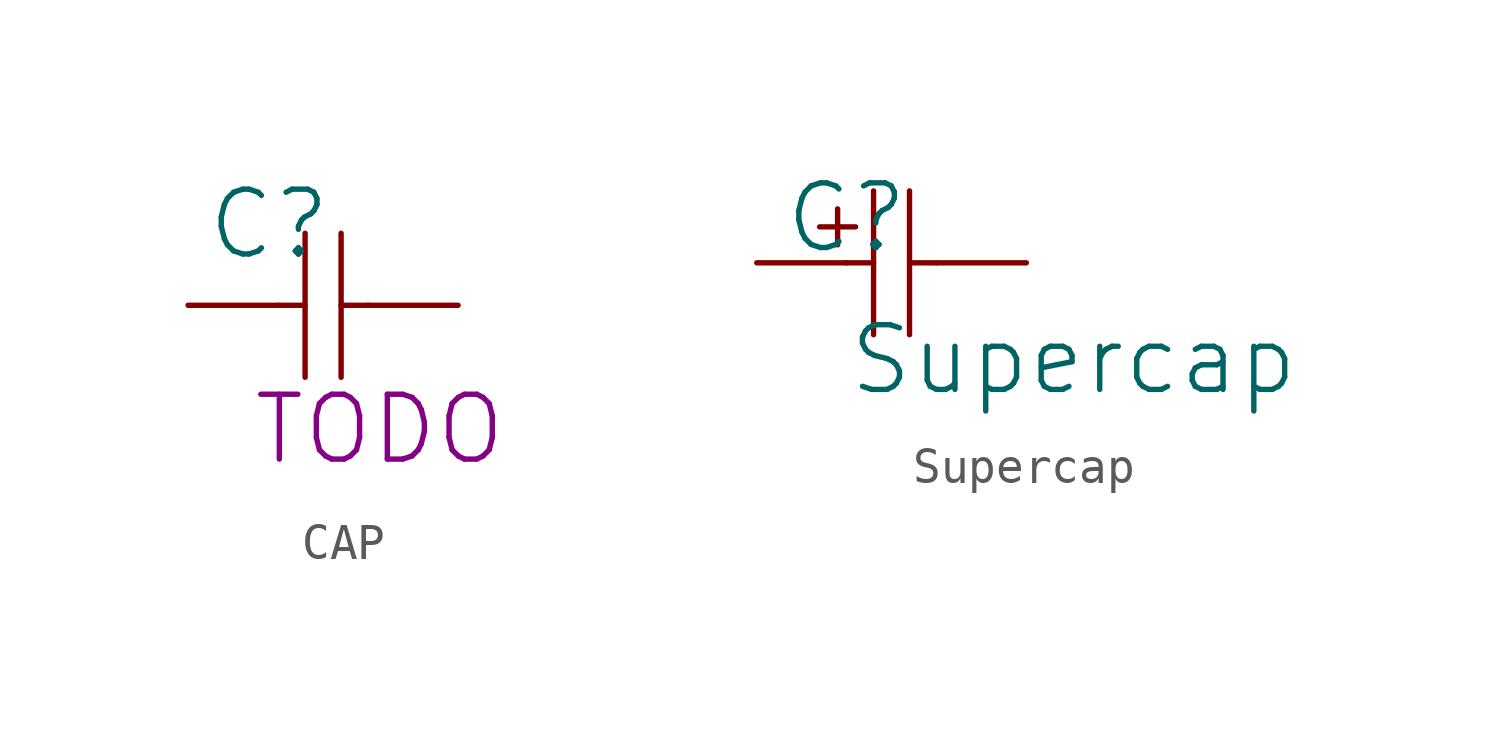
<source format=kicad_sym>
(kicad_symbol_lib
  (version 20241209)
  (generator "kicad_symbol_editor")
  (generator_version "9.0")
  (symbol "CAP"
    (pin_numbers
      (hide yes))
    (pin_names
      (hide yes))
    (property "Reference" "C"
      (at -0.254 -0.254 0)
      (effects (font (size 1.829 1.829))))
    (property "Value" "${VALUE}"
      (at -0.254 -7.366 0)
      (effects (font (size 1.829 1.829)) (justify left bottom) (hide yes)))
    (property "ALTIUM_VALUE" "TODO"
      (at -0.762 -7.112 0)
      (effects (font (size 1.829 1.829)) (justify left bottom)))
    (symbol "CAP_1_0"
      (polyline (pts (xy 0 -2.54) (xy 0.762 -2.54)) (stroke (width 0) (type solid)) (fill (type none)))
      (polyline (pts (xy 0.762 -4.572) (xy 0.762 -0.508)) (stroke (width 0) (type solid)) (fill (type none)))
      (polyline (pts (xy 1.778 -0.508) (xy 1.778 -4.572)) (stroke (width 0) (type solid)) (fill (type none)))
      (polyline (pts (xy 2.54 -2.54) (xy 1.778 -2.54)) (stroke (width 0) (type solid)) (fill (type none)))
      (pin passive line (at -2.54 -2.54 0) (length 2.54) (name "1" (effects (font (size 1.27 1.27)))) (number "1" (effects (font (size 1.27 1.27)))))
      (pin passive line (at 5.08 -2.54 180) (length 2.54) (name "2" (effects (font (size 1.27 1.27)))) (number "2" (effects (font (size 1.27 1.27)))))))
  (symbol "Supercap"
    (pin_numbers
      (hide yes))
    (pin_names
      (hide yes))
    (property "Reference" "C"
      (at -1.27 1.27 0)
      (effects (font (size 1.829 1.829))))
    (property "Value" "Supercap"
      (at -1.27 -3.81 0)
      (effects (font (size 1.829 1.829)) (justify left bottom)))
    (symbol "Supercap_1_0"
      (polyline (pts (xy -1.524 0.508) (xy -1.524 1.524)) (stroke (width 0) (type solid)) (fill (type none)))
      (polyline (pts (xy -1.27 0) (xy -0.508 0)) (stroke (width 0) (type solid)) (fill (type none)))
      (polyline (pts (xy -1.016 1.016) (xy -2.032 1.016)) (stroke (width 0) (type solid)) (fill (type none)))
      (polyline (pts (xy -0.508 -2.032) (xy -0.508 2.032)) (stroke (width 0) (type solid)) (fill (type none)))
      (polyline (pts (xy 0.508 2.032) (xy 0.508 -2.032)) (stroke (width 0) (type solid)) (fill (type none)))
      (polyline (pts (xy 1.27 0) (xy 0.508 0)) (stroke (width 0) (type solid)) (fill (type none)))
      (pin passive line (at -3.81 0 0) (length 2.54) (name "P" (effects (font (size 1.27 1.27)))) (number "P" (effects (font (size 1.27 1.27)))))
      (pin passive line (at 3.81 0 180) (length 2.54) (name "N" (effects (font (size 1.27 1.27)))) (number "N" (effects (font (size 1.27 1.27))))))))
</source>
